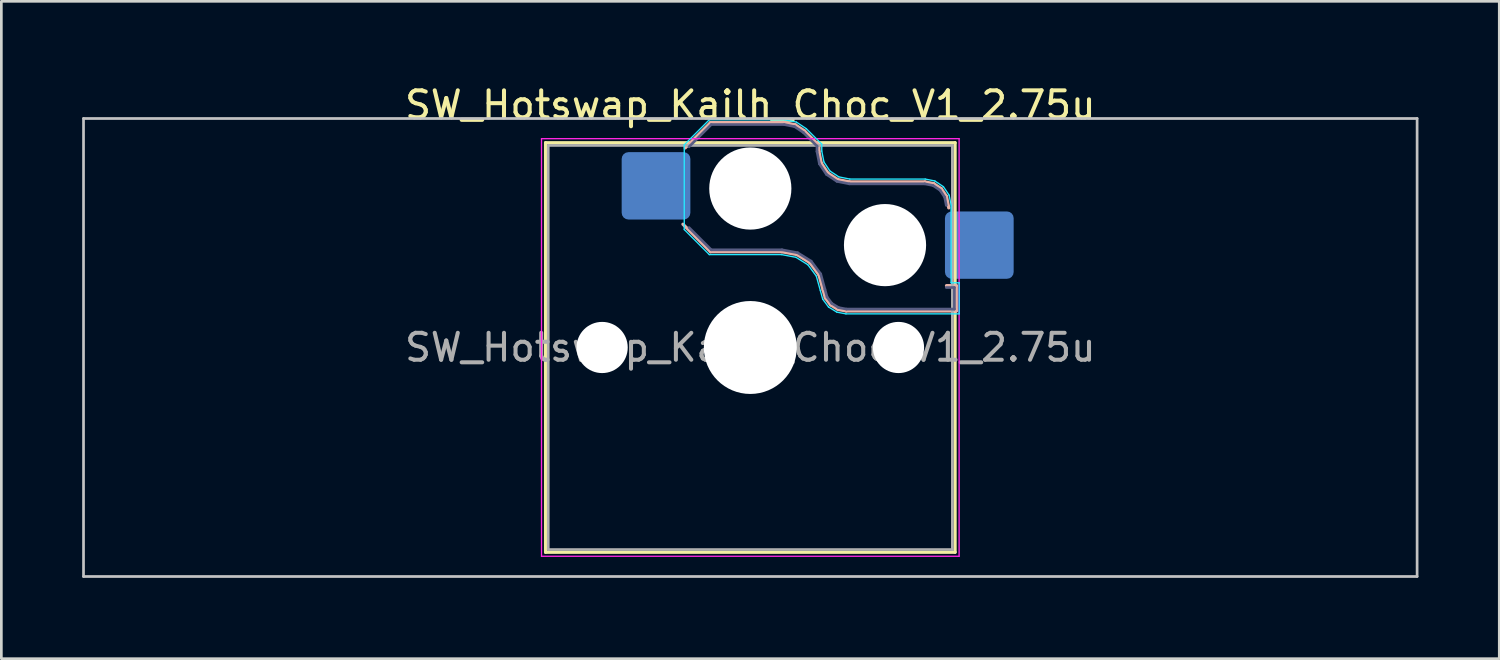
<source format=kicad_pcb>
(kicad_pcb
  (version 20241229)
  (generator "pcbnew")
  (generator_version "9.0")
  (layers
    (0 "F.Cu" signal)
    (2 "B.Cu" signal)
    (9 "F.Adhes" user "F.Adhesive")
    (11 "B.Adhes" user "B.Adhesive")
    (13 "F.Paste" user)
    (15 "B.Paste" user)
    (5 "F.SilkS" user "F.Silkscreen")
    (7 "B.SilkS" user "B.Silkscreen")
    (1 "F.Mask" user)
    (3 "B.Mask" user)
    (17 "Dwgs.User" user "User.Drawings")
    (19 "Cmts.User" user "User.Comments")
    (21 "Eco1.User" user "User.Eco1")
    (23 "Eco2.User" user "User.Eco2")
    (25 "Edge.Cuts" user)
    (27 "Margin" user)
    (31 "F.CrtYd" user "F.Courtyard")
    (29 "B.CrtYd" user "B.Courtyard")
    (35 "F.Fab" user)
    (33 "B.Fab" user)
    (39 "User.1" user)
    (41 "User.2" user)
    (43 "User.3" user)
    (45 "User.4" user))
  (footprint "SW_Hotswap_Kailh_Choc_V1_2.75u"
    (layer "F.Cu")
    (at 24.8 9.848)
    (property "Reference" "SW_Hotswap_Kailh_Choc_V1_2.75u" (at 0 -9 0) (layer "F.SilkS") (effects (font (size 1 1) (thickness 0.15))))
    (attr smd)
    (fp_line (start -7.6 -7.6) (end -7.6 7.6) (stroke (width 0.12) (type solid)) (layer "F.SilkS"))
    (fp_line (start -7.6 7.6) (end 7.6 7.6) (stroke (width 0.12) (type solid)) (layer "F.SilkS"))
    (fp_line (start 7.6 -7.6) (end -7.6 -7.6) (stroke (width 0.12) (type solid)) (layer "F.SilkS"))
    (fp_line (start 7.6 7.6) (end 7.6 -7.6) (stroke (width 0.12) (type solid)) (layer "F.SilkS"))
    (fp_line (start -2.416 -7.409) (end -1.479 -8.346) (stroke (width 0.12) (type solid)) (layer "B.SilkS"))
    (fp_line (start -1.479 -8.346) (end 1.268 -8.346) (stroke (width 0.12) (type solid)) (layer "B.SilkS"))
    (fp_line (start -1.479 -3.554) (end -2.5 -4.575) (stroke (width 0.12) (type solid)) (layer "B.SilkS"))
    (fp_line (start 1.168 -3.554) (end -1.479 -3.554) (stroke (width 0.12) (type solid)) (layer "B.SilkS"))
    (fp_line (start 1.268 -8.346) (end 1.671 -8.266) (stroke (width 0.12) (type solid)) (layer "B.SilkS"))
    (fp_line (start 1.671 -8.266) (end 2.013 -8.037) (stroke (width 0.12) (type solid)) (layer "B.SilkS"))
    (fp_line (start 1.73 -3.449) (end 1.168 -3.554) (stroke (width 0.12) (type solid)) (layer "B.SilkS"))
    (fp_line (start 2.013 -8.037) (end 2.546 -7.504) (stroke (width 0.12) (type solid)) (layer "B.SilkS"))
    (fp_line (start 2.209 -3.15) (end 1.73 -3.449) (stroke (width 0.12) (type solid)) (layer "B.SilkS"))
    (fp_line (start 2.546 -7.504) (end 2.546 -7.282) (stroke (width 0.12) (type solid)) (layer "B.SilkS"))
    (fp_line (start 2.546 -7.282) (end 2.633 -6.844) (stroke (width 0.12) (type solid)) (layer "B.SilkS"))
    (fp_line (start 2.547 -2.697) (end 2.209 -3.15) (stroke (width 0.12) (type solid)) (layer "B.SilkS"))
    (fp_line (start 2.633 -6.844) (end 2.877 -6.477) (stroke (width 0.12) (type solid)) (layer "B.SilkS"))
    (fp_line (start 2.701 -2.139) (end 2.547 -2.697) (stroke (width 0.12) (type solid)) (layer "B.SilkS"))
    (fp_line (start 2.783 -1.841) (end 2.701 -2.139) (stroke (width 0.12) (type solid)) (layer "B.SilkS"))
    (fp_line (start 2.877 -6.477) (end 3.244 -6.233) (stroke (width 0.12) (type solid)) (layer "B.SilkS"))
    (fp_line (start 2.976 -1.583) (end 2.783 -1.841) (stroke (width 0.12) (type solid)) (layer "B.SilkS"))
    (fp_line (start 3.244 -6.233) (end 3.682 -6.146) (stroke (width 0.12) (type solid)) (layer "B.SilkS"))
    (fp_line (start 3.25 -1.413) (end 2.976 -1.583) (stroke (width 0.12) (type solid)) (layer "B.SilkS"))
    (fp_line (start 3.56 -1.354) (end 3.25 -1.413) (stroke (width 0.12) (type solid)) (layer "B.SilkS"))
    (fp_line (start 3.682 -6.146) (end 6.482 -6.146) (stroke (width 0.12) (type solid)) (layer "B.SilkS"))
    (fp_line (start 6.482 -6.146) (end 6.809 -6.081) (stroke (width 0.12) (type solid)) (layer "B.SilkS"))
    (fp_line (start 6.809 -6.081) (end 7.092 -5.892) (stroke (width 0.12) (type solid)) (layer "B.SilkS"))
    (fp_line (start 7.092 -5.892) (end 7.281 -5.609) (stroke (width 0.12) (type solid)) (layer "B.SilkS"))
    (fp_line (start 7.281 -5.609) (end 7.366 -5.182) (stroke (width 0.12) (type solid)) (layer "B.SilkS"))
    (fp_line (start 7.283 -2.296) (end 7.646 -2.296) (stroke (width 0.12) (type solid)) (layer "B.SilkS"))
    (fp_line (start 7.646 -2.296) (end 7.646 -1.354) (stroke (width 0.12) (type solid)) (layer "B.SilkS"))
    (fp_line (start 7.646 -1.354) (end 3.56 -1.354) (stroke (width 0.12) (type solid)) (layer "B.SilkS"))
    (fp_line (start -24.75 -8.5) (end -24.75 8.5) (stroke (width 0.1) (type solid)) (layer "Dwgs.User"))
    (fp_line (start -24.75 8.5) (end 24.75 8.5) (stroke (width 0.1) (type solid)) (layer "Dwgs.User"))
    (fp_line (start 24.75 -8.5) (end -24.75 -8.5) (stroke (width 0.1) (type solid)) (layer "Dwgs.User"))
    (fp_line (start 24.75 8.5) (end 24.75 -8.5) (stroke (width 0.1) (type solid)) (layer "Dwgs.User"))
    (fp_line (start -7.25 -7.25) (end -7.25 7.25) (stroke (width 0.1) (type solid)) (layer "Eco1.User"))
    (fp_line (start -7.25 7.25) (end 7.25 7.25) (stroke (width 0.1) (type solid)) (layer "Eco1.User"))
    (fp_line (start 7.25 -7.25) (end -7.25 -7.25) (stroke (width 0.1) (type solid)) (layer "Eco1.User"))
    (fp_line (start 7.25 7.25) (end 7.25 -7.25) (stroke (width 0.1) (type solid)) (layer "Eco1.User"))
    (fp_line (start -2.452 -7.523) (end -1.523 -8.452) (stroke (width 0.05) (type solid)) (layer "B.CrtYd"))
    (fp_line (start -2.452 -4.377) (end -2.452 -7.523) (stroke (width 0.05) (type solid)) (layer "B.CrtYd"))
    (fp_line (start -1.523 -8.452) (end 1.278 -8.452) (stroke (width 0.05) (type solid)) (layer "B.CrtYd"))
    (fp_line (start -1.523 -3.448) (end -2.452 -4.377) (stroke (width 0.05) (type solid)) (layer "B.CrtYd"))
    (fp_line (start 1.159 -3.448) (end -1.523 -3.448) (stroke (width 0.05) (type solid)) (layer "B.CrtYd"))
    (fp_line (start 1.278 -8.452) (end 1.712 -8.366) (stroke (width 0.05) (type solid)) (layer "B.CrtYd"))
    (fp_line (start 1.691 -3.348) (end 1.159 -3.448) (stroke (width 0.05) (type solid)) (layer "B.CrtYd"))
    (fp_line (start 1.712 -8.366) (end 2.081 -8.119) (stroke (width 0.05) (type solid)) (layer "B.CrtYd"))
    (fp_line (start 2.081 -8.119) (end 2.652 -7.548) (stroke (width 0.05) (type solid)) (layer "B.CrtYd"))
    (fp_line (start 2.136 -3.071) (end 1.691 -3.348) (stroke (width 0.05) (type solid)) (layer "B.CrtYd"))
    (fp_line (start 2.45 -2.65) (end 2.136 -3.071) (stroke (width 0.05) (type solid)) (layer "B.CrtYd"))
    (fp_line (start 2.599 -2.111) (end 2.45 -2.65) (stroke (width 0.05) (type solid)) (layer "B.CrtYd"))
    (fp_line (start 2.652 -7.548) (end 2.652 -7.292) (stroke (width 0.05) (type solid)) (layer "B.CrtYd"))
    (fp_line (start 2.652 -7.292) (end 2.733 -6.885) (stroke (width 0.05) (type solid)) (layer "B.CrtYd"))
    (fp_line (start 2.687 -1.794) (end 2.599 -2.111) (stroke (width 0.05) (type solid)) (layer "B.CrtYd"))
    (fp_line (start 2.733 -6.885) (end 2.953 -6.553) (stroke (width 0.05) (type solid)) (layer "B.CrtYd"))
    (fp_line (start 2.903 -1.503) (end 2.687 -1.794) (stroke (width 0.05) (type solid)) (layer "B.CrtYd"))
    (fp_line (start 2.953 -6.553) (end 3.285 -6.333) (stroke (width 0.05) (type solid)) (layer "B.CrtYd"))
    (fp_line (start 3.211 -1.312) (end 2.903 -1.503) (stroke (width 0.05) (type solid)) (layer "B.CrtYd"))
    (fp_line (start 3.285 -6.333) (end 3.692 -6.252) (stroke (width 0.05) (type solid)) (layer "B.CrtYd"))
    (fp_line (start 3.55 -1.248) (end 3.211 -1.312) (stroke (width 0.05) (type solid)) (layer "B.CrtYd"))
    (fp_line (start 3.692 -6.252) (end 6.492 -6.252) (stroke (width 0.05) (type solid)) (layer "B.CrtYd"))
    (fp_line (start 6.492 -6.252) (end 6.85 -6.181) (stroke (width 0.05) (type solid)) (layer "B.CrtYd"))
    (fp_line (start 6.85 -6.181) (end 7.168 -5.968) (stroke (width 0.05) (type solid)) (layer "B.CrtYd"))
    (fp_line (start 7.168 -5.968) (end 7.381 -5.65) (stroke (width 0.05) (type solid)) (layer "B.CrtYd"))
    (fp_line (start 7.381 -5.65) (end 7.452 -5.292) (stroke (width 0.05) (type solid)) (layer "B.CrtYd"))
    (fp_line (start 7.452 -5.292) (end 7.452 -2.402) (stroke (width 0.05) (type solid)) (layer "B.CrtYd"))
    (fp_line (start 7.452 -2.402) (end 7.752 -2.402) (stroke (width 0.05) (type solid)) (layer "B.CrtYd"))
    (fp_line (start 7.752 -2.402) (end 7.752 -1.248) (stroke (width 0.05) (type solid)) (layer "B.CrtYd"))
    (fp_line (start 7.752 -1.248) (end 3.55 -1.248) (stroke (width 0.05) (type solid)) (layer "B.CrtYd"))
    (fp_line (start -7.75 -7.75) (end -7.75 7.75) (stroke (width 0.05) (type solid)) (layer "F.CrtYd"))
    (fp_line (start -7.75 7.75) (end 7.75 7.75) (stroke (width 0.05) (type solid)) (layer "F.CrtYd"))
    (fp_line (start 7.75 -7.75) (end -7.75 -7.75) (stroke (width 0.05) (type solid)) (layer "F.CrtYd"))
    (fp_line (start 7.75 7.75) (end 7.75 -7.75) (stroke (width 0.05) (type solid)) (layer "F.CrtYd"))
    (fp_line (start -2.275 -7.45) (end -1.45 -8.275) (stroke (width 0.1) (type solid)) (layer "B.Fab"))
    (fp_line (start -1.45 -8.275) (end 1.261 -8.275) (stroke (width 0.1) (type solid)) (layer "B.Fab"))
    (fp_line (start -1.45 -3.625) (end -2.275 -4.45) (stroke (width 0.1) (type solid)) (layer "B.Fab"))
    (fp_line (start 1.175 -3.625) (end -1.45 -3.625) (stroke (width 0.1) (type solid)) (layer "B.Fab"))
    (fp_line (start 1.261 -8.275) (end 1.643 -8.199) (stroke (width 0.1) (type solid)) (layer "B.Fab"))
    (fp_line (start 1.643 -8.199) (end 1.968 -7.982) (stroke (width 0.1) (type solid)) (layer "B.Fab"))
    (fp_line (start 1.756 -3.516) (end 1.175 -3.625) (stroke (width 0.1) (type solid)) (layer "B.Fab"))
    (fp_line (start 1.968 -7.982) (end 2.475 -7.475) (stroke (width 0.1) (type solid)) (layer "B.Fab"))
    (fp_line (start 2.258 -3.203) (end 1.756 -3.516) (stroke (width 0.1) (type solid)) (layer "B.Fab"))
    (fp_line (start 2.475 -7.475) (end 2.475 -7.275) (stroke (width 0.1) (type solid)) (layer "B.Fab"))
    (fp_line (start 2.475 -7.275) (end 2.566 -6.816) (stroke (width 0.1) (type solid)) (layer "B.Fab"))
    (fp_line (start 2.566 -6.816) (end 2.826 -6.426) (stroke (width 0.1) (type solid)) (layer "B.Fab"))
    (fp_line (start 2.612 -2.729) (end 2.258 -3.203) (stroke (width 0.1) (type solid)) (layer "B.Fab"))
    (fp_line (start 2.769 -2.158) (end 2.612 -2.729) (stroke (width 0.1) (type solid)) (layer "B.Fab"))
    (fp_line (start 2.826 -6.426) (end 3.216 -6.166) (stroke (width 0.1) (type solid)) (layer "B.Fab"))
    (fp_line (start 2.848 -1.873) (end 2.769 -2.158) (stroke (width 0.1) (type solid)) (layer "B.Fab"))
    (fp_line (start 3.025 -1.636) (end 2.848 -1.873) (stroke (width 0.1) (type solid)) (layer "B.Fab"))
    (fp_line (start 3.216 -6.166) (end 3.675 -6.075) (stroke (width 0.1) (type solid)) (layer "B.Fab"))
    (fp_line (start 3.276 -1.48) (end 3.025 -1.636) (stroke (width 0.1) (type solid)) (layer "B.Fab"))
    (fp_line (start 3.567 -1.425) (end 3.276 -1.48) (stroke (width 0.1) (type solid)) (layer "B.Fab"))
    (fp_line (start 3.675 -6.075) (end 6.475 -6.075) (stroke (width 0.1) (type solid)) (layer "B.Fab"))
    (fp_line (start 6.475 -6.075) (end 6.781 -6.014) (stroke (width 0.1) (type solid)) (layer "B.Fab"))
    (fp_line (start 6.781 -6.014) (end 7.041 -5.841) (stroke (width 0.1) (type solid)) (layer "B.Fab"))
    (fp_line (start 7.041 -5.841) (end 7.214 -5.581) (stroke (width 0.1) (type solid)) (layer "B.Fab"))
    (fp_line (start 7.214 -5.581) (end 7.275 -5.275) (stroke (width 0.1) (type solid)) (layer "B.Fab"))
    (fp_line (start 7.275 -2.225) (end 7.575 -2.225) (stroke (width 0.1) (type solid)) (layer "B.Fab"))
    (fp_line (start 7.575 -2.225) (end 7.575 -1.425) (stroke (width 0.1) (type solid)) (layer "B.Fab"))
    (fp_line (start 7.575 -1.425) (end 3.567 -1.425) (stroke (width 0.1) (type solid)) (layer "B.Fab"))
    (fp_line (start -7.5 -7.5) (end -7.5 7.5) (stroke (width 0.1) (type solid)) (layer "F.Fab"))
    (fp_line (start -7.5 7.5) (end 7.5 7.5) (stroke (width 0.1) (type solid)) (layer "F.Fab"))
    (fp_line (start 7.5 -7.5) (end -7.5 -7.5) (stroke (width 0.1) (type solid)) (layer "F.Fab"))
    (fp_line (start 7.5 7.5) (end 7.5 -7.5) (stroke (width 0.1) (type solid)) (layer "F.Fab"))
    (fp_text user "${REFERENCE}" (at 0 0 0) (layer "F.Fab") (effects (font (size 1 1) (thickness 0.15))))
    (pad "" np_thru_hole circle (at -5.5 0) (size 1.9 1.9) (drill 1.9) (layers "*.Cu" "*.Mask"))
    (pad "" np_thru_hole circle (at 0 -5.9) (size 3.05 3.05) (drill 3.05) (layers "*.Cu" "*.Mask"))
    (pad "" np_thru_hole circle (at 0 0) (size 3.45 3.45) (drill 3.45) (layers "*.Cu" "*.Mask"))
    (pad "" np_thru_hole circle (at 5 -3.8) (size 3.05 3.05) (drill 3.05) (layers "*.Cu" "*.Mask"))
    (pad "" np_thru_hole circle (at 5.5 0) (size 1.9 1.9) (drill 1.9) (layers "*.Cu" "*.Mask"))
    (pad "1" smd roundrect (at -3.5 -6) (size 2.55 2.5) (layers "B.Cu" "B.Mask" "B.Paste") (roundrect_rratio 0.1))
    (pad "2" smd roundrect (at 8.5 -3.8) (size 2.55 2.5) (layers "B.Cu" "B.Mask" "B.Paste") (roundrect_rratio 0.1)))
  (gr_rect
    (start -3 -3)
    (end 52.6 21.398)
    (stroke (width 0.1) (type default))
    (fill no)
    (layer "Edge.Cuts")))
</source>
